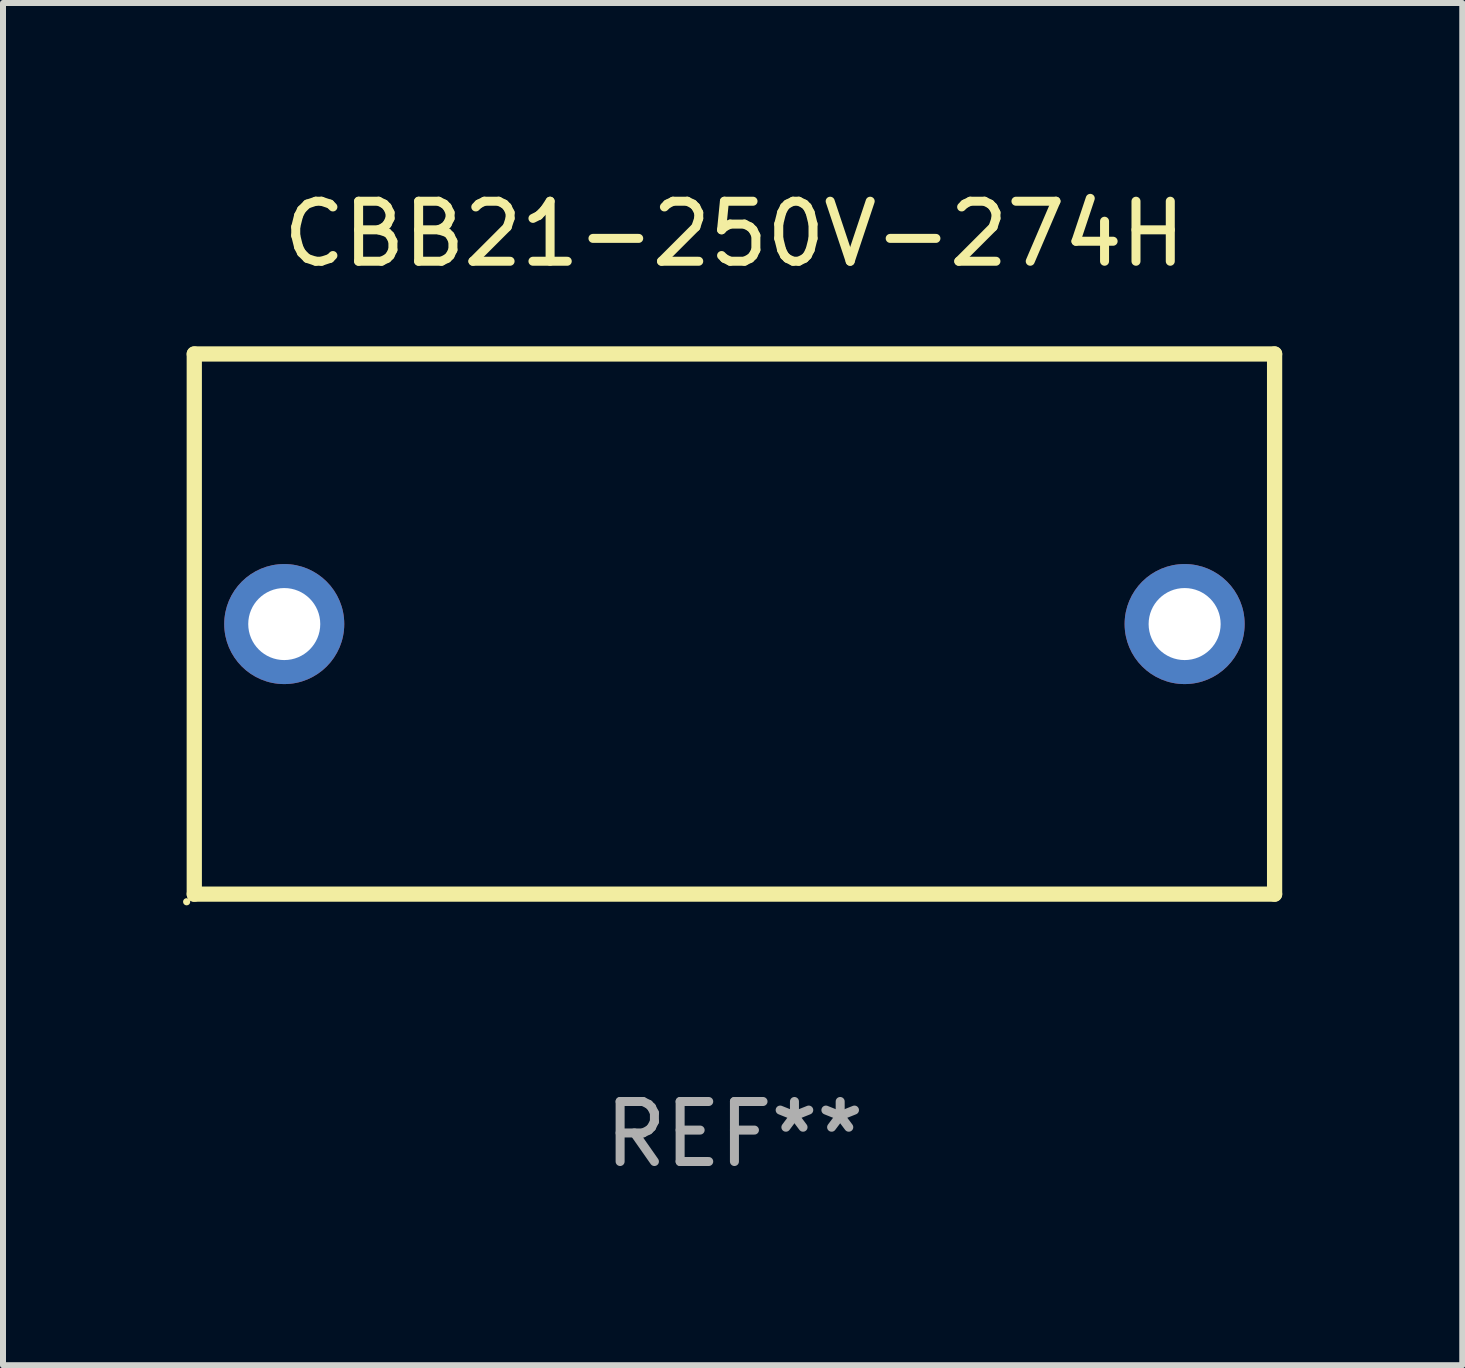
<source format=kicad_pcb>
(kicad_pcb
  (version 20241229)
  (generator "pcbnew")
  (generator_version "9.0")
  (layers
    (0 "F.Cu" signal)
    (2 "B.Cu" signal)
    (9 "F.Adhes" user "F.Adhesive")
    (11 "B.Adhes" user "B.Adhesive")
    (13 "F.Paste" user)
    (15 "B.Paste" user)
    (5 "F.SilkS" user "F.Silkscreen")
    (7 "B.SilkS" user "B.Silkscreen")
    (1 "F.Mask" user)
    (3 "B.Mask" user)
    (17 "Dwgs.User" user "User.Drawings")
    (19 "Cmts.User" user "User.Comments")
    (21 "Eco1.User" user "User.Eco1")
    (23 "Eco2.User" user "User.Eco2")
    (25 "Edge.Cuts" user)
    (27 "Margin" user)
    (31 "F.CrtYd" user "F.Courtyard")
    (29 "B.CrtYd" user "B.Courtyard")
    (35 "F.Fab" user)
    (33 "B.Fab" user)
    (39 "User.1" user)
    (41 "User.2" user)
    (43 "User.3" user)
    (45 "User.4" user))
  (footprint "CBB21-250V-274H"
    (layer "F.Cu")
    (at 9.187 7.348)
    (property "Reference" "CBB21-250V-274H" (at 0 -6.5 0) (layer "F.SilkS") (effects (font (size 1 1) (thickness 0.15))))
    (attr through_hole)
    (fp_line (start -9 -4.5) (end -9 4.5) (stroke (width 0.254) (type solid)) (layer "F.SilkS"))
    (fp_line (start -9 -4.5) (end 9 -4.5) (stroke (width 0.254) (type solid)) (layer "F.SilkS"))
    (fp_line (start 9 4.5) (end -9 4.5) (stroke (width 0.254) (type solid)) (layer "F.SilkS"))
    (fp_line (start 9 4.5) (end 9 -4.5) (stroke (width 0.254) (type solid)) (layer "F.SilkS"))
    (fp_circle (center -9.127 4.627) (end -9.097 4.627) (stroke (width 0.06) (type solid)) (fill no) (layer "F.SilkS"))
    (fp_text user "REF**" (at 0 8.5 0) (layer "F.Fab") (effects (font (size 1 1) (thickness 0.15))))
    (pad "1" thru_hole circle (at -7.501 -0.000127) (size 2 2) (drill 1.2) (layers "*.Cu" "*.Mask"))
    (pad "2" thru_hole circle (at 7.501 -0.000127) (size 2 2) (drill 1.2) (layers "*.Cu" "*.Mask")))
  (gr_rect
    (start -3 -3)
    (end 21.314 19.697)
    (stroke (width 0.1) (type default))
    (fill no)
    (layer "Edge.Cuts")))
</source>
